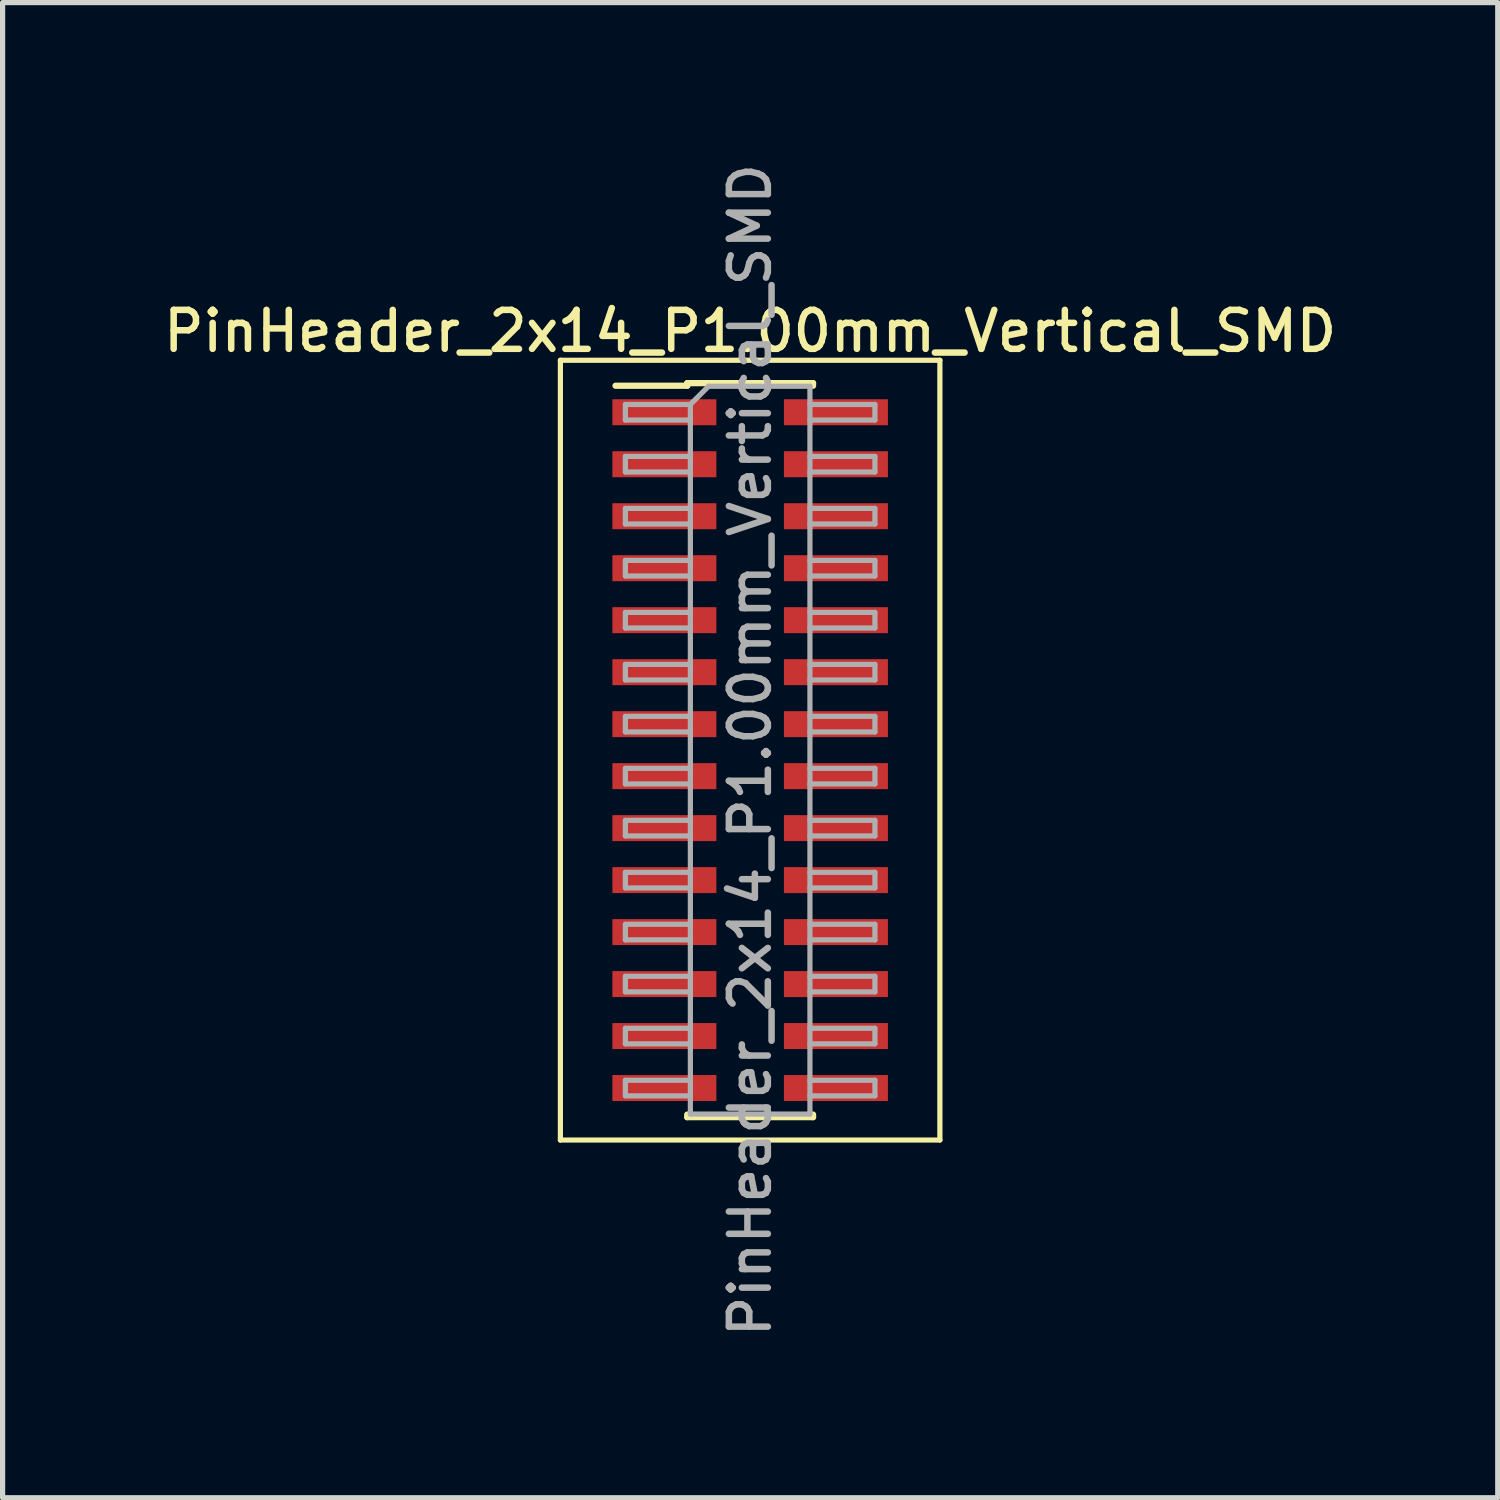
<source format=kicad_pcb>
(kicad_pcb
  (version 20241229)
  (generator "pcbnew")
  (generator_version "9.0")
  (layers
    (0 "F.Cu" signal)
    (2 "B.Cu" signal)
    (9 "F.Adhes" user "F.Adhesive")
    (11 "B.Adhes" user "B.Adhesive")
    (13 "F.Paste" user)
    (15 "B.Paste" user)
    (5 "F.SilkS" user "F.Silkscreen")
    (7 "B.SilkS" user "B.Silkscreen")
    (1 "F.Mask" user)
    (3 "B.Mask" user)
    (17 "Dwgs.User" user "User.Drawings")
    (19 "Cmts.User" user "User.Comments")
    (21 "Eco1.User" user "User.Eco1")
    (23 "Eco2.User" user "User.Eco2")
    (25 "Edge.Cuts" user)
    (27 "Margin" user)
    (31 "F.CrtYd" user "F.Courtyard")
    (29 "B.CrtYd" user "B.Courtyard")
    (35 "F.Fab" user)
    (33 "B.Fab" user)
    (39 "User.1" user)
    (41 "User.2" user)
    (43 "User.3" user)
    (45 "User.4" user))
  (footprint "PinHeader_2x14_P1.00mm_Vertical_SMD"
    (layer "F.Cu")
    (at 11.38 11.38)
    (property "Reference" "PinHeader_2x14_P1.00mm_Vertical_SMD" (at 0 -8.06 0) (layer "F.SilkS") (effects (font (size 0.75 0.75) (thickness 0.125))))
    (attr smd)
    (fp_line (start -3.65 -7.5) (end -3.65 7.5) (stroke (width 0.1) (type solid)) (layer "F.SilkS"))
    (fp_line (start -3.65 7.5) (end 3.65 7.5) (stroke (width 0.1) (type solid)) (layer "F.SilkS"))
    (fp_line (start -2.59 -7.01) (end -1.21 -7.01) (stroke (width 0.12) (type solid)) (layer "F.SilkS"))
    (fp_line (start -1.21 -7.06) (end -1.21 -7.01) (stroke (width 0.12) (type solid)) (layer "F.SilkS"))
    (fp_line (start -1.21 -7.06) (end 1.21 -7.06) (stroke (width 0.12) (type solid)) (layer "F.SilkS"))
    (fp_line (start -1.21 7.01) (end -1.21 7.06) (stroke (width 0.12) (type solid)) (layer "F.SilkS"))
    (fp_line (start -1.21 7.06) (end 1.21 7.06) (stroke (width 0.12) (type solid)) (layer "F.SilkS"))
    (fp_line (start 1.21 -7.06) (end 1.21 -7.01) (stroke (width 0.12) (type solid)) (layer "F.SilkS"))
    (fp_line (start 1.21 7.01) (end 1.21 7.06) (stroke (width 0.12) (type solid)) (layer "F.SilkS"))
    (fp_line (start 3.65 -7.5) (end -3.65 -7.5) (stroke (width 0.1) (type solid)) (layer "F.SilkS"))
    (fp_line (start 3.65 7.5) (end 3.65 -7.5) (stroke (width 0.1) (type solid)) (layer "F.SilkS"))
    (fp_line (start -2.4 -6.65) (end -2.4 -6.35) (stroke (width 0.1) (type solid)) (layer "F.Fab"))
    (fp_line (start -2.4 -6.35) (end -1.15 -6.35) (stroke (width 0.1) (type solid)) (layer "F.Fab"))
    (fp_line (start -2.4 -5.65) (end -2.4 -5.35) (stroke (width 0.1) (type solid)) (layer "F.Fab"))
    (fp_line (start -2.4 -5.35) (end -1.15 -5.35) (stroke (width 0.1) (type solid)) (layer "F.Fab"))
    (fp_line (start -2.4 -4.65) (end -2.4 -4.35) (stroke (width 0.1) (type solid)) (layer "F.Fab"))
    (fp_line (start -2.4 -4.35) (end -1.15 -4.35) (stroke (width 0.1) (type solid)) (layer "F.Fab"))
    (fp_line (start -2.4 -3.65) (end -2.4 -3.35) (stroke (width 0.1) (type solid)) (layer "F.Fab"))
    (fp_line (start -2.4 -3.35) (end -1.15 -3.35) (stroke (width 0.1) (type solid)) (layer "F.Fab"))
    (fp_line (start -2.4 -2.65) (end -2.4 -2.35) (stroke (width 0.1) (type solid)) (layer "F.Fab"))
    (fp_line (start -2.4 -2.35) (end -1.15 -2.35) (stroke (width 0.1) (type solid)) (layer "F.Fab"))
    (fp_line (start -2.4 -1.65) (end -2.4 -1.35) (stroke (width 0.1) (type solid)) (layer "F.Fab"))
    (fp_line (start -2.4 -1.35) (end -1.15 -1.35) (stroke (width 0.1) (type solid)) (layer "F.Fab"))
    (fp_line (start -2.4 -0.65) (end -2.4 -0.35) (stroke (width 0.1) (type solid)) (layer "F.Fab"))
    (fp_line (start -2.4 -0.35) (end -1.15 -0.35) (stroke (width 0.1) (type solid)) (layer "F.Fab"))
    (fp_line (start -2.4 0.35) (end -2.4 0.65) (stroke (width 0.1) (type solid)) (layer "F.Fab"))
    (fp_line (start -2.4 0.65) (end -1.15 0.65) (stroke (width 0.1) (type solid)) (layer "F.Fab"))
    (fp_line (start -2.4 1.35) (end -2.4 1.65) (stroke (width 0.1) (type solid)) (layer "F.Fab"))
    (fp_line (start -2.4 1.65) (end -1.15 1.65) (stroke (width 0.1) (type solid)) (layer "F.Fab"))
    (fp_line (start -2.4 2.35) (end -2.4 2.65) (stroke (width 0.1) (type solid)) (layer "F.Fab"))
    (fp_line (start -2.4 2.65) (end -1.15 2.65) (stroke (width 0.1) (type solid)) (layer "F.Fab"))
    (fp_line (start -2.4 3.35) (end -2.4 3.65) (stroke (width 0.1) (type solid)) (layer "F.Fab"))
    (fp_line (start -2.4 3.65) (end -1.15 3.65) (stroke (width 0.1) (type solid)) (layer "F.Fab"))
    (fp_line (start -2.4 4.35) (end -2.4 4.65) (stroke (width 0.1) (type solid)) (layer "F.Fab"))
    (fp_line (start -2.4 4.65) (end -1.15 4.65) (stroke (width 0.1) (type solid)) (layer "F.Fab"))
    (fp_line (start -2.4 5.35) (end -2.4 5.65) (stroke (width 0.1) (type solid)) (layer "F.Fab"))
    (fp_line (start -2.4 5.65) (end -1.15 5.65) (stroke (width 0.1) (type solid)) (layer "F.Fab"))
    (fp_line (start -2.4 6.35) (end -2.4 6.65) (stroke (width 0.1) (type solid)) (layer "F.Fab"))
    (fp_line (start -2.4 6.65) (end -1.15 6.65) (stroke (width 0.1) (type solid)) (layer "F.Fab"))
    (fp_line (start -1.15 -6.65) (end -2.4 -6.65) (stroke (width 0.1) (type solid)) (layer "F.Fab"))
    (fp_line (start -1.15 -6.65) (end -0.8 -7) (stroke (width 0.1) (type solid)) (layer "F.Fab"))
    (fp_line (start -1.15 -5.65) (end -2.4 -5.65) (stroke (width 0.1) (type solid)) (layer "F.Fab"))
    (fp_line (start -1.15 -4.65) (end -2.4 -4.65) (stroke (width 0.1) (type solid)) (layer "F.Fab"))
    (fp_line (start -1.15 -3.65) (end -2.4 -3.65) (stroke (width 0.1) (type solid)) (layer "F.Fab"))
    (fp_line (start -1.15 -2.65) (end -2.4 -2.65) (stroke (width 0.1) (type solid)) (layer "F.Fab"))
    (fp_line (start -1.15 -1.65) (end -2.4 -1.65) (stroke (width 0.1) (type solid)) (layer "F.Fab"))
    (fp_line (start -1.15 -0.65) (end -2.4 -0.65) (stroke (width 0.1) (type solid)) (layer "F.Fab"))
    (fp_line (start -1.15 0.35) (end -2.4 0.35) (stroke (width 0.1) (type solid)) (layer "F.Fab"))
    (fp_line (start -1.15 1.35) (end -2.4 1.35) (stroke (width 0.1) (type solid)) (layer "F.Fab"))
    (fp_line (start -1.15 2.35) (end -2.4 2.35) (stroke (width 0.1) (type solid)) (layer "F.Fab"))
    (fp_line (start -1.15 3.35) (end -2.4 3.35) (stroke (width 0.1) (type solid)) (layer "F.Fab"))
    (fp_line (start -1.15 4.35) (end -2.4 4.35) (stroke (width 0.1) (type solid)) (layer "F.Fab"))
    (fp_line (start -1.15 5.35) (end -2.4 5.35) (stroke (width 0.1) (type solid)) (layer "F.Fab"))
    (fp_line (start -1.15 6.35) (end -2.4 6.35) (stroke (width 0.1) (type solid)) (layer "F.Fab"))
    (fp_line (start -1.15 7) (end -1.15 -6.65) (stroke (width 0.1) (type solid)) (layer "F.Fab"))
    (fp_line (start -0.8 -7) (end 1.15 -7) (stroke (width 0.1) (type solid)) (layer "F.Fab"))
    (fp_line (start 1.15 -7) (end 1.15 7) (stroke (width 0.1) (type solid)) (layer "F.Fab"))
    (fp_line (start 1.15 -6.65) (end 2.4 -6.65) (stroke (width 0.1) (type solid)) (layer "F.Fab"))
    (fp_line (start 1.15 -5.65) (end 2.4 -5.65) (stroke (width 0.1) (type solid)) (layer "F.Fab"))
    (fp_line (start 1.15 -4.65) (end 2.4 -4.65) (stroke (width 0.1) (type solid)) (layer "F.Fab"))
    (fp_line (start 1.15 -3.65) (end 2.4 -3.65) (stroke (width 0.1) (type solid)) (layer "F.Fab"))
    (fp_line (start 1.15 -2.65) (end 2.4 -2.65) (stroke (width 0.1) (type solid)) (layer "F.Fab"))
    (fp_line (start 1.15 -1.65) (end 2.4 -1.65) (stroke (width 0.1) (type solid)) (layer "F.Fab"))
    (fp_line (start 1.15 -0.65) (end 2.4 -0.65) (stroke (width 0.1) (type solid)) (layer "F.Fab"))
    (fp_line (start 1.15 0.35) (end 2.4 0.35) (stroke (width 0.1) (type solid)) (layer "F.Fab"))
    (fp_line (start 1.15 1.35) (end 2.4 1.35) (stroke (width 0.1) (type solid)) (layer "F.Fab"))
    (fp_line (start 1.15 2.35) (end 2.4 2.35) (stroke (width 0.1) (type solid)) (layer "F.Fab"))
    (fp_line (start 1.15 3.35) (end 2.4 3.35) (stroke (width 0.1) (type solid)) (layer "F.Fab"))
    (fp_line (start 1.15 4.35) (end 2.4 4.35) (stroke (width 0.1) (type solid)) (layer "F.Fab"))
    (fp_line (start 1.15 5.35) (end 2.4 5.35) (stroke (width 0.1) (type solid)) (layer "F.Fab"))
    (fp_line (start 1.15 6.35) (end 2.4 6.35) (stroke (width 0.1) (type solid)) (layer "F.Fab"))
    (fp_line (start 1.15 7) (end -1.15 7) (stroke (width 0.1) (type solid)) (layer "F.Fab"))
    (fp_line (start 2.4 -6.65) (end 2.4 -6.35) (stroke (width 0.1) (type solid)) (layer "F.Fab"))
    (fp_line (start 2.4 -6.35) (end 1.15 -6.35) (stroke (width 0.1) (type solid)) (layer "F.Fab"))
    (fp_line (start 2.4 -5.65) (end 2.4 -5.35) (stroke (width 0.1) (type solid)) (layer "F.Fab"))
    (fp_line (start 2.4 -5.35) (end 1.15 -5.35) (stroke (width 0.1) (type solid)) (layer "F.Fab"))
    (fp_line (start 2.4 -4.65) (end 2.4 -4.35) (stroke (width 0.1) (type solid)) (layer "F.Fab"))
    (fp_line (start 2.4 -4.35) (end 1.15 -4.35) (stroke (width 0.1) (type solid)) (layer "F.Fab"))
    (fp_line (start 2.4 -3.65) (end 2.4 -3.35) (stroke (width 0.1) (type solid)) (layer "F.Fab"))
    (fp_line (start 2.4 -3.35) (end 1.15 -3.35) (stroke (width 0.1) (type solid)) (layer "F.Fab"))
    (fp_line (start 2.4 -2.65) (end 2.4 -2.35) (stroke (width 0.1) (type solid)) (layer "F.Fab"))
    (fp_line (start 2.4 -2.35) (end 1.15 -2.35) (stroke (width 0.1) (type solid)) (layer "F.Fab"))
    (fp_line (start 2.4 -1.65) (end 2.4 -1.35) (stroke (width 0.1) (type solid)) (layer "F.Fab"))
    (fp_line (start 2.4 -1.35) (end 1.15 -1.35) (stroke (width 0.1) (type solid)) (layer "F.Fab"))
    (fp_line (start 2.4 -0.65) (end 2.4 -0.35) (stroke (width 0.1) (type solid)) (layer "F.Fab"))
    (fp_line (start 2.4 -0.35) (end 1.15 -0.35) (stroke (width 0.1) (type solid)) (layer "F.Fab"))
    (fp_line (start 2.4 0.35) (end 2.4 0.65) (stroke (width 0.1) (type solid)) (layer "F.Fab"))
    (fp_line (start 2.4 0.65) (end 1.15 0.65) (stroke (width 0.1) (type solid)) (layer "F.Fab"))
    (fp_line (start 2.4 1.35) (end 2.4 1.65) (stroke (width 0.1) (type solid)) (layer "F.Fab"))
    (fp_line (start 2.4 1.65) (end 1.15 1.65) (stroke (width 0.1) (type solid)) (layer "F.Fab"))
    (fp_line (start 2.4 2.35) (end 2.4 2.65) (stroke (width 0.1) (type solid)) (layer "F.Fab"))
    (fp_line (start 2.4 2.65) (end 1.15 2.65) (stroke (width 0.1) (type solid)) (layer "F.Fab"))
    (fp_line (start 2.4 3.35) (end 2.4 3.65) (stroke (width 0.1) (type solid)) (layer "F.Fab"))
    (fp_line (start 2.4 3.65) (end 1.15 3.65) (stroke (width 0.1) (type solid)) (layer "F.Fab"))
    (fp_line (start 2.4 4.35) (end 2.4 4.65) (stroke (width 0.1) (type solid)) (layer "F.Fab"))
    (fp_line (start 2.4 4.65) (end 1.15 4.65) (stroke (width 0.1) (type solid)) (layer "F.Fab"))
    (fp_line (start 2.4 5.35) (end 2.4 5.65) (stroke (width 0.1) (type solid)) (layer "F.Fab"))
    (fp_line (start 2.4 5.65) (end 1.15 5.65) (stroke (width 0.1) (type solid)) (layer "F.Fab"))
    (fp_line (start 2.4 6.35) (end 2.4 6.65) (stroke (width 0.1) (type solid)) (layer "F.Fab"))
    (fp_line (start 2.4 6.65) (end 1.15 6.65) (stroke (width 0.1) (type solid)) (layer "F.Fab"))
    (fp_text user "${REFERENCE}" (at 0 0 90) (layer "F.Fab") (effects (font (size 0.75 0.75) (thickness 0.125))))
    (pad "1" smd rect (at -1.65 -6.5) (size 2 0.5) (layers "F.Cu" "F.Mask" "F.Paste"))
    (pad "2" smd rect (at 1.65 -6.5) (size 2 0.5) (layers "F.Cu" "F.Mask" "F.Paste"))
    (pad "3" smd rect (at -1.65 -5.5) (size 2 0.5) (layers "F.Cu" "F.Mask" "F.Paste"))
    (pad "4" smd rect (at 1.65 -5.5) (size 2 0.5) (layers "F.Cu" "F.Mask" "F.Paste"))
    (pad "5" smd rect (at -1.65 -4.5) (size 2 0.5) (layers "F.Cu" "F.Mask" "F.Paste"))
    (pad "6" smd rect (at 1.65 -4.5) (size 2 0.5) (layers "F.Cu" "F.Mask" "F.Paste"))
    (pad "7" smd rect (at -1.65 -3.5) (size 2 0.5) (layers "F.Cu" "F.Mask" "F.Paste"))
    (pad "8" smd rect (at 1.65 -3.5) (size 2 0.5) (layers "F.Cu" "F.Mask" "F.Paste"))
    (pad "9" smd rect (at -1.65 -2.5) (size 2 0.5) (layers "F.Cu" "F.Mask" "F.Paste"))
    (pad "10" smd rect (at 1.65 -2.5) (size 2 0.5) (layers "F.Cu" "F.Mask" "F.Paste"))
    (pad "11" smd rect (at -1.65 -1.5) (size 2 0.5) (layers "F.Cu" "F.Mask" "F.Paste"))
    (pad "12" smd rect (at 1.65 -1.5) (size 2 0.5) (layers "F.Cu" "F.Mask" "F.Paste"))
    (pad "13" smd rect (at -1.65 -0.5) (size 2 0.5) (layers "F.Cu" "F.Mask" "F.Paste"))
    (pad "14" smd rect (at 1.65 -0.5) (size 2 0.5) (layers "F.Cu" "F.Mask" "F.Paste"))
    (pad "15" smd rect (at -1.65 0.5) (size 2 0.5) (layers "F.Cu" "F.Mask" "F.Paste"))
    (pad "16" smd rect (at 1.65 0.5) (size 2 0.5) (layers "F.Cu" "F.Mask" "F.Paste"))
    (pad "17" smd rect (at -1.65 1.5) (size 2 0.5) (layers "F.Cu" "F.Mask" "F.Paste"))
    (pad "18" smd rect (at 1.65 1.5) (size 2 0.5) (layers "F.Cu" "F.Mask" "F.Paste"))
    (pad "19" smd rect (at -1.65 2.5) (size 2 0.5) (layers "F.Cu" "F.Mask" "F.Paste"))
    (pad "20" smd rect (at 1.65 2.5) (size 2 0.5) (layers "F.Cu" "F.Mask" "F.Paste"))
    (pad "21" smd rect (at -1.65 3.5) (size 2 0.5) (layers "F.Cu" "F.Mask" "F.Paste"))
    (pad "22" smd rect (at 1.65 3.5) (size 2 0.5) (layers "F.Cu" "F.Mask" "F.Paste"))
    (pad "23" smd rect (at -1.65 4.5) (size 2 0.5) (layers "F.Cu" "F.Mask" "F.Paste"))
    (pad "24" smd rect (at 1.65 4.5) (size 2 0.5) (layers "F.Cu" "F.Mask" "F.Paste"))
    (pad "25" smd rect (at -1.65 5.5) (size 2 0.5) (layers "F.Cu" "F.Mask" "F.Paste"))
    (pad "26" smd rect (at 1.65 5.5) (size 2 0.5) (layers "F.Cu" "F.Mask" "F.Paste"))
    (pad "27" smd rect (at -1.65 6.5) (size 2 0.5) (layers "F.Cu" "F.Mask" "F.Paste"))
    (pad "28" smd rect (at 1.65 6.5) (size 2 0.5) (layers "F.Cu" "F.Mask" "F.Paste")))
  (gr_rect
    (start -3 -3)
    (end 25.761 25.761)
    (stroke (width 0.1) (type default))
    (fill no)
    (layer "Edge.Cuts")))
</source>
